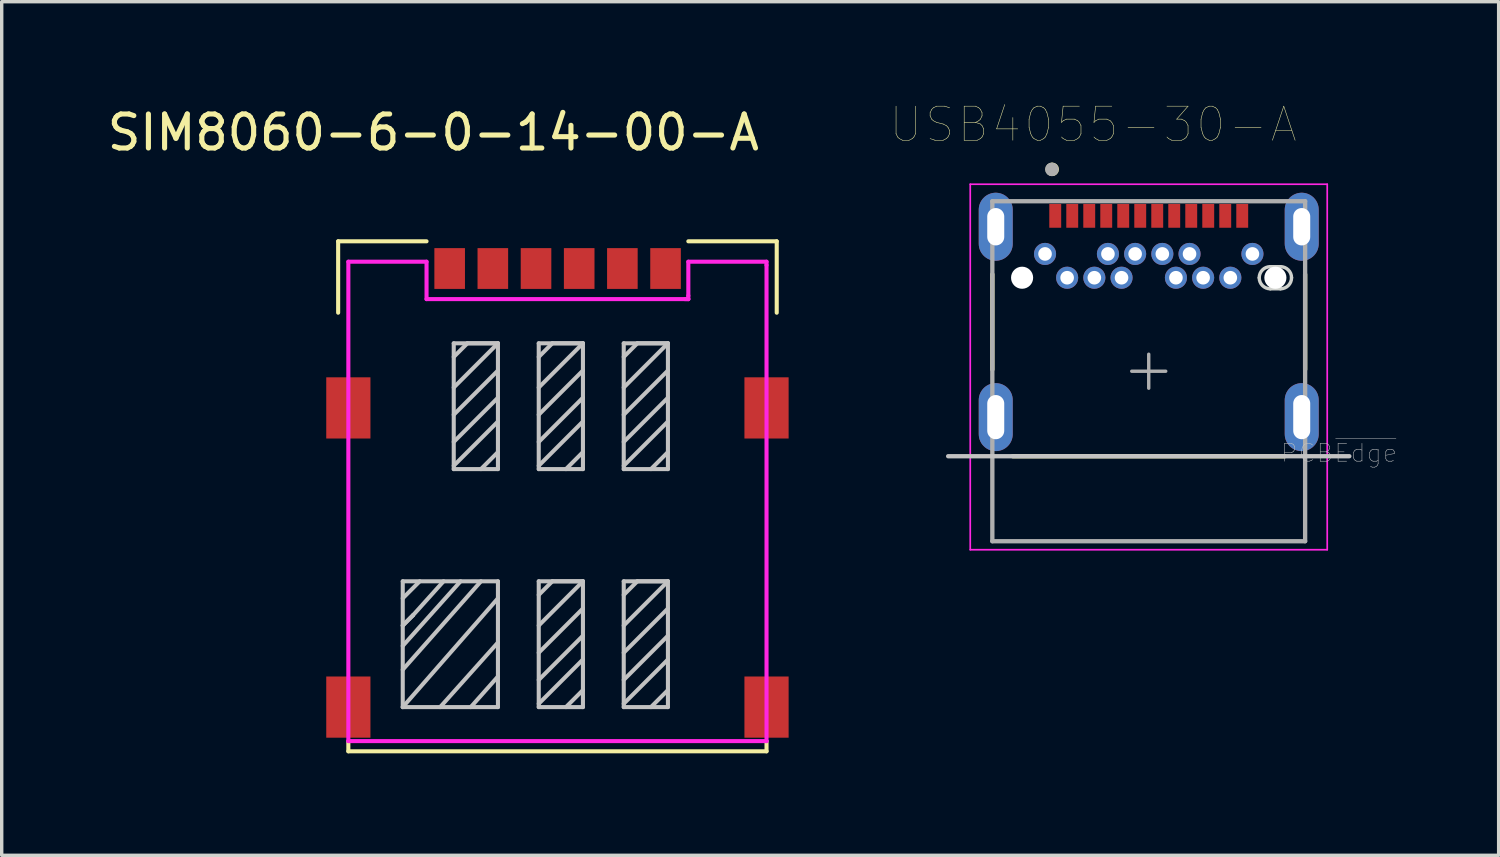
<source format=kicad_pcb>
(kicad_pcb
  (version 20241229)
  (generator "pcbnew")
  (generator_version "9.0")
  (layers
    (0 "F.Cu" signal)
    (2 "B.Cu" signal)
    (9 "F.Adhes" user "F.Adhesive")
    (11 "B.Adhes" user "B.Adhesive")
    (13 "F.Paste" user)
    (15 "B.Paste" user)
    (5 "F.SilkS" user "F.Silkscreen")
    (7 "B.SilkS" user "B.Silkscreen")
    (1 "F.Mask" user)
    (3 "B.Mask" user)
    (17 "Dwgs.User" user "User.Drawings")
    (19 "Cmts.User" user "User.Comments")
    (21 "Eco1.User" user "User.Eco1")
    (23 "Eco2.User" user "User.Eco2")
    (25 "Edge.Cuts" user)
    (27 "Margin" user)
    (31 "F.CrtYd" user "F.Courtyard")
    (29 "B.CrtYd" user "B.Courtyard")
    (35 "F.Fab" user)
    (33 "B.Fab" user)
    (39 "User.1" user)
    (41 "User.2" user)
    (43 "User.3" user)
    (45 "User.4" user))
  (footprint "USB4055-30-A"
    (layer "F.Cu")
    (at 30.738 7.869)
    (property "Reference" "USB4055-30-A" (at -1.635 -7.257 0) (layer "F.SilkS") (effects (font (size 1.002 1.002) (thickness 0.015))))
    (attr through_hole)
    (fp_line (start -4.6 -2.85) (end -4.6 -0.05) (stroke (width 0.127) (type solid)) (layer "F.SilkS"))
    (fp_line (start -4 2.5) (end 4 2.5) (stroke (width 0.127) (type solid)) (layer "F.SilkS"))
    (fp_line (start 4.6 -0.05) (end 4.6 -2.85) (stroke (width 0.127) (type solid)) (layer "F.SilkS"))
    (fp_circle (center -2.841 -5.939) (end -2.741 -5.939) (stroke (width 0.2) (type solid)) (fill no) (layer "F.SilkS"))
    (fp_line (start -5.9 2.5) (end 5.9 2.5) (stroke (width 0.127) (type solid)) (layer "Dwgs.User"))
    (fp_line (start 3.575 -3.075) (end 3.875 -3.075) (stroke (width 0.1) (type solid)) (layer "Edge.Cuts"))
    (fp_line (start 3.875 -2.425) (end 3.575 -2.425) (stroke (width 0.1) (type solid)) (layer "Edge.Cuts"))
    (fp_arc (start 3.25 -2.75) (mid 3.34519 -2.97981) (end 3.575 -3.075) (stroke (width 0.1) (type solid)) (layer "Edge.Cuts"))
    (fp_arc (start 3.575 -2.425) (mid 3.34519 -2.52019) (end 3.25 -2.75) (stroke (width 0.1) (type solid)) (layer "Edge.Cuts"))
    (fp_arc (start 3.875 -3.075) (mid 4.10481 -2.97981) (end 4.2 -2.75) (stroke (width 0.1) (type solid)) (layer "Edge.Cuts"))
    (fp_arc (start 4.2 -2.75) (mid 4.10481 -2.52019) (end 3.875 -2.425) (stroke (width 0.1) (type solid)) (layer "Edge.Cuts"))
    (fp_line (start -5.25 -5.5) (end 5.25 -5.5) (stroke (width 0.05) (type solid)) (layer "F.CrtYd"))
    (fp_line (start -5.25 5.25) (end -5.25 -5.5) (stroke (width 0.05) (type solid)) (layer "F.CrtYd"))
    (fp_line (start -5.25 5.25) (end 5.25 5.25) (stroke (width 0.05) (type solid)) (layer "F.CrtYd"))
    (fp_line (start 5.25 5.25) (end 5.25 -5.5) (stroke (width 0.05) (type solid)) (layer "F.CrtYd"))
    (fp_line (start -4.6 -5) (end 4.6 -5) (stroke (width 0.127) (type solid)) (layer "F.Fab"))
    (fp_line (start -4.6 5) (end -4.6 -5) (stroke (width 0.127) (type solid)) (layer "F.Fab"))
    (fp_line (start -4.6 5) (end 4.6 5) (stroke (width 0.127) (type solid)) (layer "F.Fab"))
    (fp_line (start -0.5 0) (end 0.5 0) (stroke (width 0.1) (type solid)) (layer "F.Fab"))
    (fp_line (start 0 0.5) (end 0 -0.5) (stroke (width 0.1) (type solid)) (layer "F.Fab"))
    (fp_line (start 4.6 5) (end 4.6 -5) (stroke (width 0.127) (type solid)) (layer "F.Fab"))
    (fp_circle (center -2.849 -5.937) (end -2.749 -5.937) (stroke (width 0.2) (type solid)) (fill no) (layer "F.Fab"))
    (fp_text user "PCB~{Edge}" (at 5.595 2.404 0) (layer "Dwgs.User") (effects (font (size 0.526 0.526) (thickness 0.015))))
    (pad "" np_thru_hole circle (at -3.725 -2.75) (size 0.65 0.65) (drill 0.65) (layers "*.Cu" "*.Mask"))
    (pad "" np_thru_hole circle (at 3.725 -2.75) (size 0.65 0.65) (drill 0.65) (layers "*.Cu" "*.Mask"))
    (pad "A1" smd rect (at -2.75 -4.57) (size 0.35 0.7) (layers "F.Cu" "F.Mask" "F.Paste"))
    (pad "A2" smd rect (at -2.25 -4.57) (size 0.35 0.7) (layers "F.Cu" "F.Mask" "F.Paste"))
    (pad "A3" smd rect (at -1.75 -4.57) (size 0.35 0.7) (layers "F.Cu" "F.Mask" "F.Paste"))
    (pad "A4" smd rect (at -1.25 -4.57) (size 0.35 0.7) (layers "F.Cu" "F.Mask" "F.Paste"))
    (pad "A5" smd rect (at -0.75 -4.57) (size 0.35 0.7) (layers "F.Cu" "F.Mask" "F.Paste"))
    (pad "A6" smd rect (at -0.25 -4.57) (size 0.35 0.7) (layers "F.Cu" "F.Mask" "F.Paste"))
    (pad "A7" smd rect (at 0.25 -4.57) (size 0.35 0.7) (layers "F.Cu" "F.Mask" "F.Paste"))
    (pad "A8" smd rect (at 0.75 -4.57) (size 0.35 0.7) (layers "F.Cu" "F.Mask" "F.Paste"))
    (pad "A9" smd rect (at 1.25 -4.57) (size 0.35 0.7) (layers "F.Cu" "F.Mask" "F.Paste"))
    (pad "A10" smd rect (at 1.75 -4.57) (size 0.35 0.7) (layers "F.Cu" "F.Mask" "F.Paste"))
    (pad "A11" smd rect (at 2.25 -4.57) (size 0.35 0.7) (layers "F.Cu" "F.Mask" "F.Paste"))
    (pad "A12" smd rect (at 2.75 -4.57) (size 0.35 0.7) (layers "F.Cu" "F.Mask" "F.Paste"))
    (pad "B1" thru_hole circle (at 3.05 -3.45) (size 0.65 0.65) (drill 0.4) (layers "*.Cu" "*.Mask"))
    (pad "B2" thru_hole circle (at 2.4 -2.75) (size 0.65 0.65) (drill 0.4) (layers "*.Cu" "*.Mask"))
    (pad "B3" thru_hole circle (at 1.6 -2.75) (size 0.65 0.65) (drill 0.4) (layers "*.Cu" "*.Mask"))
    (pad "B4" thru_hole circle (at 1.2 -3.45) (size 0.65 0.65) (drill 0.4) (layers "*.Cu" "*.Mask"))
    (pad "B5" thru_hole circle (at 0.8 -2.75) (size 0.65 0.65) (drill 0.4) (layers "*.Cu" "*.Mask"))
    (pad "B6" thru_hole circle (at 0.4 -3.45) (size 0.65 0.65) (drill 0.4) (layers "*.Cu" "*.Mask"))
    (pad "B7" thru_hole circle (at -0.4 -3.45) (size 0.65 0.65) (drill 0.4) (layers "*.Cu" "*.Mask"))
    (pad "B8" thru_hole circle (at -0.8 -2.75) (size 0.65 0.65) (drill 0.4) (layers "*.Cu" "*.Mask"))
    (pad "B9" thru_hole circle (at -1.2 -3.45) (size 0.65 0.65) (drill 0.4) (layers "*.Cu" "*.Mask"))
    (pad "B10" thru_hole circle (at -1.6 -2.75) (size 0.65 0.65) (drill 0.4) (layers "*.Cu" "*.Mask"))
    (pad "B11" thru_hole circle (at -2.4 -2.75) (size 0.65 0.65) (drill 0.4) (layers "*.Cu" "*.Mask"))
    (pad "B12" thru_hole circle (at -3.05 -3.45) (size 0.65 0.65) (drill 0.4) (layers "*.Cu" "*.Mask"))
    (pad "S1" thru_hole oval (at -4.5 -4.25) (size 1 2) (drill oval 0.5 1.1) (layers "*.Cu" "*.Mask"))
    (pad "S2" thru_hole oval (at 4.5 -4.25) (size 1 2) (drill oval 0.5 1.1) (layers "*.Cu" "*.Mask"))
    (pad "S3" thru_hole oval (at -4.5 1.35) (size 1 2) (drill oval 0.5 1.3) (layers "*.Cu" "*.Mask"))
    (pad "S4" thru_hole oval (at 4.5 1.35) (size 1 2) (drill oval 0.5 1.3) (layers "*.Cu" "*.Mask")))
  (footprint "SIM8060-6-0-14-00-A"
    (layer "F.Cu")
    (at 19.496 17.748)
    (property "Reference" "SIM8060-6-0-14-00-A" (at -9.8 -16.9 0) (layer "F.SilkS") (effects (font (size 1 1) (thickness 0.15))))
    (attr through_hole)
    (fp_line (start -12.6 -13.7) (end -10 -13.7) (stroke (width 0.12) (type solid)) (layer "F.SilkS"))
    (fp_line (start -12.6 -11.6) (end -12.6 -13.7) (stroke (width 0.12) (type solid)) (layer "F.SilkS"))
    (fp_line (start -12.3 1.3) (end -12.3 1) (stroke (width 0.12) (type solid)) (layer "F.SilkS"))
    (fp_line (start -12.3 1.3) (end 0 1.3) (stroke (width 0.12) (type solid)) (layer "F.SilkS"))
    (fp_line (start -2.3 -13.7) (end 0.3 -13.7) (stroke (width 0.12) (type solid)) (layer "F.SilkS"))
    (fp_line (start 0 1.3) (end 0 1) (stroke (width 0.12) (type solid)) (layer "F.SilkS"))
    (fp_line (start 0.3 -13.7) (end 0.3 -11.6) (stroke (width 0.12) (type solid)) (layer "F.SilkS"))
    (fp_line (start -10.7 -3.7) (end -7.9 -3.7) (stroke (width 0.12) (type solid)) (layer "Dwgs.User"))
    (fp_line (start -10.7 -3.2) (end -10.2 -3.7) (stroke (width 0.12) (type solid)) (layer "Dwgs.User"))
    (fp_line (start -10.7 -2.4) (end -10.4 -2.7) (stroke (width 0.12) (type solid)) (layer "Dwgs.User"))
    (fp_line (start -10.7 -1.8) (end -9 -3.7) (stroke (width 0.12) (type solid)) (layer "Dwgs.User"))
    (fp_line (start -10.7 -1.1) (end -8.4 -3.7) (stroke (width 0.12) (type solid)) (layer "Dwgs.User"))
    (fp_line (start -10.7 0) (end -10.7 -3.7) (stroke (width 0.12) (type solid)) (layer "Dwgs.User"))
    (fp_line (start -10.7 0) (end -7.9 -3.2) (stroke (width 0.12) (type solid)) (layer "Dwgs.User"))
    (fp_line (start -10.4 -2.7) (end -10.7 -2.4) (stroke (width 0.12) (type solid)) (layer "Dwgs.User"))
    (fp_line (start -10.4 -2.7) (end -9.5 -3.7) (stroke (width 0.12) (type solid)) (layer "Dwgs.User"))
    (fp_line (start -9.6 0) (end -7.9 -1.9) (stroke (width 0.12) (type solid)) (layer "Dwgs.User"))
    (fp_line (start -9.2 -10.7) (end -7.9 -10.7) (stroke (width 0.12) (type solid)) (layer "Dwgs.User"))
    (fp_line (start -9.2 -10.3) (end -8.8 -10.7) (stroke (width 0.12) (type solid)) (layer "Dwgs.User"))
    (fp_line (start -9.2 -8.6) (end -7.9 -9.9) (stroke (width 0.12) (type solid)) (layer "Dwgs.User"))
    (fp_line (start -9.2 -7.8) (end -7.9 -9.1) (stroke (width 0.12) (type solid)) (layer "Dwgs.User"))
    (fp_line (start -9.2 -7.1) (end -7.9 -8.4) (stroke (width 0.12) (type solid)) (layer "Dwgs.User"))
    (fp_line (start -9.2 -7) (end -9.2 -10.7) (stroke (width 0.12) (type solid)) (layer "Dwgs.User"))
    (fp_line (start -8.8 -10.7) (end -7.9 -10.7) (stroke (width 0.12) (type solid)) (layer "Dwgs.User"))
    (fp_line (start -8.7 0) (end -7.9 -0.9) (stroke (width 0.12) (type solid)) (layer "Dwgs.User"))
    (fp_line (start -8.4 -7) (end -7.9 -7.5) (stroke (width 0.12) (type solid)) (layer "Dwgs.User"))
    (fp_line (start -7.9 -10.7) (end -9.2 -9.4) (stroke (width 0.12) (type solid)) (layer "Dwgs.User"))
    (fp_line (start -7.9 -10.7) (end -7.9 -7) (stroke (width 0.12) (type solid)) (layer "Dwgs.User"))
    (fp_line (start -7.9 -7) (end -9.2 -7) (stroke (width 0.12) (type solid)) (layer "Dwgs.User"))
    (fp_line (start -7.9 -3.7) (end -7.9 0) (stroke (width 0.12) (type solid)) (layer "Dwgs.User"))
    (fp_line (start -7.9 0) (end -10.7 0) (stroke (width 0.12) (type solid)) (layer "Dwgs.User"))
    (fp_line (start -6.7 -10.7) (end -5.4 -10.7) (stroke (width 0.12) (type solid)) (layer "Dwgs.User"))
    (fp_line (start -6.7 -10.3) (end -6.3 -10.7) (stroke (width 0.12) (type solid)) (layer "Dwgs.User"))
    (fp_line (start -6.7 -8.6) (end -5.4 -9.9) (stroke (width 0.12) (type solid)) (layer "Dwgs.User"))
    (fp_line (start -6.7 -7.8) (end -5.4 -9.1) (stroke (width 0.12) (type solid)) (layer "Dwgs.User"))
    (fp_line (start -6.7 -7.1) (end -5.4 -8.4) (stroke (width 0.12) (type solid)) (layer "Dwgs.User"))
    (fp_line (start -6.7 -7) (end -6.7 -10.7) (stroke (width 0.12) (type solid)) (layer "Dwgs.User"))
    (fp_line (start -6.7 -3.7) (end -5.4 -3.7) (stroke (width 0.12) (type solid)) (layer "Dwgs.User"))
    (fp_line (start -6.7 -3.3) (end -6.3 -3.7) (stroke (width 0.12) (type solid)) (layer "Dwgs.User"))
    (fp_line (start -6.7 -1.6) (end -5.4 -2.9) (stroke (width 0.12) (type solid)) (layer "Dwgs.User"))
    (fp_line (start -6.7 -0.8) (end -5.4 -2.1) (stroke (width 0.12) (type solid)) (layer "Dwgs.User"))
    (fp_line (start -6.7 -0.1) (end -5.4 -1.4) (stroke (width 0.12) (type solid)) (layer "Dwgs.User"))
    (fp_line (start -6.7 0) (end -6.7 -3.7) (stroke (width 0.12) (type solid)) (layer "Dwgs.User"))
    (fp_line (start -6.3 -10.7) (end -5.4 -10.7) (stroke (width 0.12) (type solid)) (layer "Dwgs.User"))
    (fp_line (start -6.3 -3.7) (end -5.4 -3.7) (stroke (width 0.12) (type solid)) (layer "Dwgs.User"))
    (fp_line (start -5.9 -7) (end -5.4 -7.5) (stroke (width 0.12) (type solid)) (layer "Dwgs.User"))
    (fp_line (start -5.9 0) (end -5.4 -0.5) (stroke (width 0.12) (type solid)) (layer "Dwgs.User"))
    (fp_line (start -5.4 -10.7) (end -6.7 -9.4) (stroke (width 0.12) (type solid)) (layer "Dwgs.User"))
    (fp_line (start -5.4 -10.7) (end -5.4 -7) (stroke (width 0.12) (type solid)) (layer "Dwgs.User"))
    (fp_line (start -5.4 -7) (end -6.7 -7) (stroke (width 0.12) (type solid)) (layer "Dwgs.User"))
    (fp_line (start -5.4 -3.7) (end -6.7 -2.4) (stroke (width 0.12) (type solid)) (layer "Dwgs.User"))
    (fp_line (start -5.4 -3.7) (end -5.4 0) (stroke (width 0.12) (type solid)) (layer "Dwgs.User"))
    (fp_line (start -5.4 0) (end -6.7 0) (stroke (width 0.12) (type solid)) (layer "Dwgs.User"))
    (fp_line (start -4.2 -10.7) (end -2.9 -10.7) (stroke (width 0.12) (type solid)) (layer "Dwgs.User"))
    (fp_line (start -4.2 -10.3) (end -3.8 -10.7) (stroke (width 0.12) (type solid)) (layer "Dwgs.User"))
    (fp_line (start -4.2 -8.6) (end -2.9 -9.9) (stroke (width 0.12) (type solid)) (layer "Dwgs.User"))
    (fp_line (start -4.2 -7.8) (end -2.9 -9.1) (stroke (width 0.12) (type solid)) (layer "Dwgs.User"))
    (fp_line (start -4.2 -7.1) (end -2.9 -8.4) (stroke (width 0.12) (type solid)) (layer "Dwgs.User"))
    (fp_line (start -4.2 -7) (end -4.2 -10.7) (stroke (width 0.12) (type solid)) (layer "Dwgs.User"))
    (fp_line (start -4.2 -3.7) (end -2.9 -3.7) (stroke (width 0.12) (type solid)) (layer "Dwgs.User"))
    (fp_line (start -4.2 -3.3) (end -3.8 -3.7) (stroke (width 0.12) (type solid)) (layer "Dwgs.User"))
    (fp_line (start -4.2 -1.6) (end -2.9 -2.9) (stroke (width 0.12) (type solid)) (layer "Dwgs.User"))
    (fp_line (start -4.2 -0.8) (end -2.9 -2.1) (stroke (width 0.12) (type solid)) (layer "Dwgs.User"))
    (fp_line (start -4.2 -0.1) (end -2.9 -1.4) (stroke (width 0.12) (type solid)) (layer "Dwgs.User"))
    (fp_line (start -4.2 0) (end -4.2 -3.7) (stroke (width 0.12) (type solid)) (layer "Dwgs.User"))
    (fp_line (start -3.8 -10.7) (end -2.9 -10.7) (stroke (width 0.12) (type solid)) (layer "Dwgs.User"))
    (fp_line (start -3.8 -3.7) (end -2.9 -3.7) (stroke (width 0.12) (type solid)) (layer "Dwgs.User"))
    (fp_line (start -3.4 -7) (end -2.9 -7.5) (stroke (width 0.12) (type solid)) (layer "Dwgs.User"))
    (fp_line (start -3.4 0) (end -2.9 -0.5) (stroke (width 0.12) (type solid)) (layer "Dwgs.User"))
    (fp_line (start -2.9 -10.7) (end -4.2 -9.4) (stroke (width 0.12) (type solid)) (layer "Dwgs.User"))
    (fp_line (start -2.9 -10.7) (end -2.9 -7) (stroke (width 0.12) (type solid)) (layer "Dwgs.User"))
    (fp_line (start -2.9 -7) (end -4.2 -7) (stroke (width 0.12) (type solid)) (layer "Dwgs.User"))
    (fp_line (start -2.9 -3.7) (end -4.2 -2.4) (stroke (width 0.12) (type solid)) (layer "Dwgs.User"))
    (fp_line (start -2.9 -3.7) (end -2.9 0) (stroke (width 0.12) (type solid)) (layer "Dwgs.User"))
    (fp_line (start -2.9 0) (end -4.2 0) (stroke (width 0.12) (type solid)) (layer "Dwgs.User"))
    (fp_line (start -12.3 -13.1) (end -12.3 1) (stroke (width 0.12) (type solid)) (layer "F.CrtYd"))
    (fp_line (start -12.3 1) (end 0 1) (stroke (width 0.12) (type solid)) (layer "F.CrtYd"))
    (fp_line (start -10 -13.1) (end -12.3 -13.1) (stroke (width 0.12) (type solid)) (layer "F.CrtYd"))
    (fp_line (start -10 -12) (end -10 -13.1) (stroke (width 0.12) (type solid)) (layer "F.CrtYd"))
    (fp_line (start -2.4 -12) (end -2.3 -12) (stroke (width 0.12) (type solid)) (layer "F.CrtYd"))
    (fp_line (start -2.3 -13.1) (end -2.3 -12.1) (stroke (width 0.12) (type solid)) (layer "F.CrtYd"))
    (fp_line (start -2.3 -12) (end -10 -12) (stroke (width 0.12) (type solid)) (layer "F.CrtYd"))
    (fp_line (start -2.3 -12) (end -2.3 -12.1) (stroke (width 0.12) (type solid)) (layer "F.CrtYd"))
    (fp_line (start 0 -13.1) (end -2.3 -13.1) (stroke (width 0.12) (type solid)) (layer "F.CrtYd"))
    (fp_line (start 0 -13) (end 0 -13.1) (stroke (width 0.12) (type solid)) (layer "F.CrtYd"))
    (fp_line (start 0 1) (end 0 -13) (stroke (width 0.12) (type solid)) (layer "F.CrtYd"))
    (pad "C1" smd rect (at -9.32 -12.9) (size 0.9 1.2) (layers "F.Cu" "F.Mask" "F.Paste"))
    (pad "C2" smd rect (at -6.78 -12.9) (size 0.9 1.2) (layers "F.Cu" "F.Mask" "F.Paste"))
    (pad "C3" smd rect (at -4.24 -12.9) (size 0.9 1.2) (layers "F.Cu" "F.Mask" "F.Paste"))
    (pad "C5" smd rect (at -12.3 -8.8) (size 1.3 1.8) (layers "F.Cu" "F.Mask" "F.Paste"))
    (pad "C5" smd rect (at -12.3 0) (size 1.3 1.8) (layers "F.Cu" "F.Mask" "F.Paste"))
    (pad "C5" smd rect (at -8.05 -12.9) (size 0.9 1.2) (layers "F.Cu" "F.Mask" "F.Paste"))
    (pad "C5" smd rect (at 0 -8.8) (size 1.3 1.8) (layers "F.Cu" "F.Mask" "F.Paste"))
    (pad "C5" smd rect (at 0 0) (size 1.3 1.8) (layers "F.Cu" "F.Mask" "F.Paste"))
    (pad "C6" smd rect (at -5.51 -12.9) (size 0.9 1.2) (layers "F.Cu" "F.Mask" "F.Paste"))
    (pad "C7" smd rect (at -2.97 -12.9) (size 0.9 1.2) (layers "F.Cu" "F.Mask" "F.Paste")))
  (gr_rect
    (start -3 -3)
    (end 41.03 22.108)
    (stroke (width 0.1) (type default))
    (fill no)
    (layer "Edge.Cuts")))
</source>
